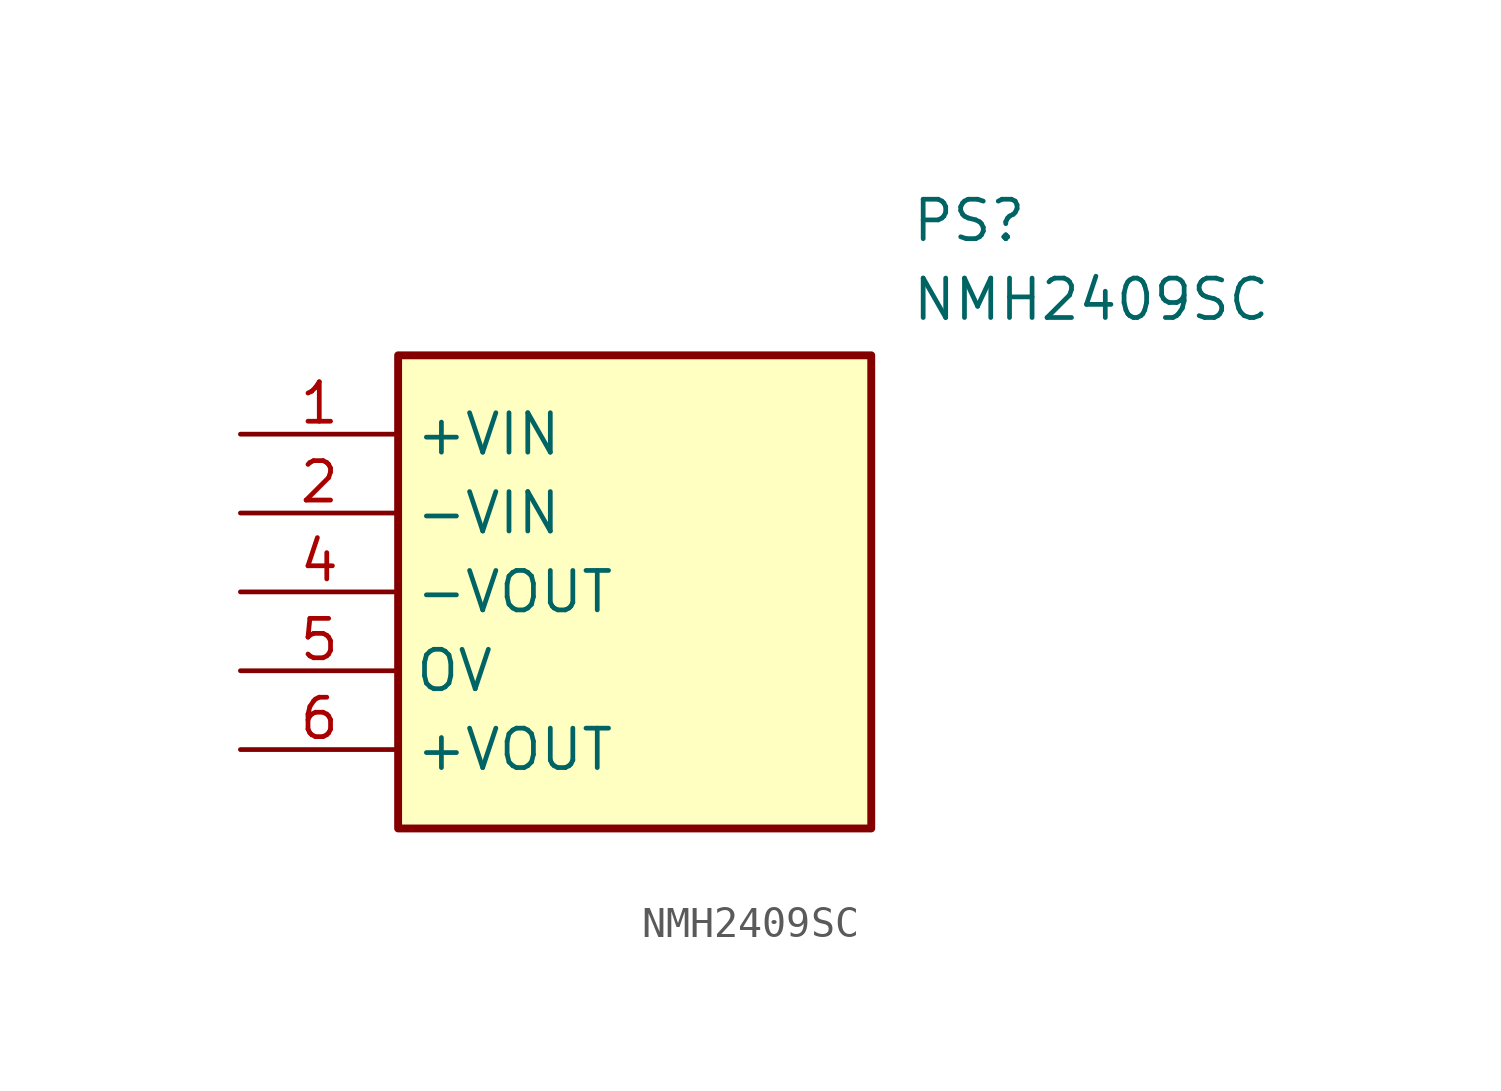
<source format=kicad_sym>
(kicad_symbol_lib
  (version 20211014)
  (generator SamacSys_ECAD_Model)
  (symbol "NMH2409SC"
    (property "Reference" "PS"
      (at 21.59 7.62 0)
      (effects (font (size 1.27 1.27)) (justify left top)))
    (property "Value" "NMH2409SC"
      (at 21.59 5.08 0)
      (effects (font (size 1.27 1.27)) (justify left top)))
    (rectangle
      (start 5.08 2.54)
      (end 20.32 -12.7)
      (stroke (width 0.254) (type default))
      (fill (type background)))
    (pin passive line
      (at 0 0 0)
      (length 5.08)
      (name "+VIN" (effects (font (size 1.27 1.27))))
      (number "1" (effects (font (size 1.27 1.27)))))
    (pin passive line
      (at 0 -2.54 0)
      (length 5.08)
      (name "-VIN" (effects (font (size 1.27 1.27))))
      (number "2" (effects (font (size 1.27 1.27)))))
    (pin passive line
      (at 0 -5.08 0)
      (length 5.08)
      (name "-VOUT" (effects (font (size 1.27 1.27))))
      (number "4" (effects (font (size 1.27 1.27)))))
    (pin passive line
      (at 0 -7.62 0)
      (length 5.08)
      (name "OV" (effects (font (size 1.27 1.27))))
      (number "5" (effects (font (size 1.27 1.27)))))
    (pin passive line
      (at 0 -10.16 0)
      (length 5.08)
      (name "+VOUT" (effects (font (size 1.27 1.27))))
      (number "6" (effects (font (size 1.27 1.27)))))))
</source>
